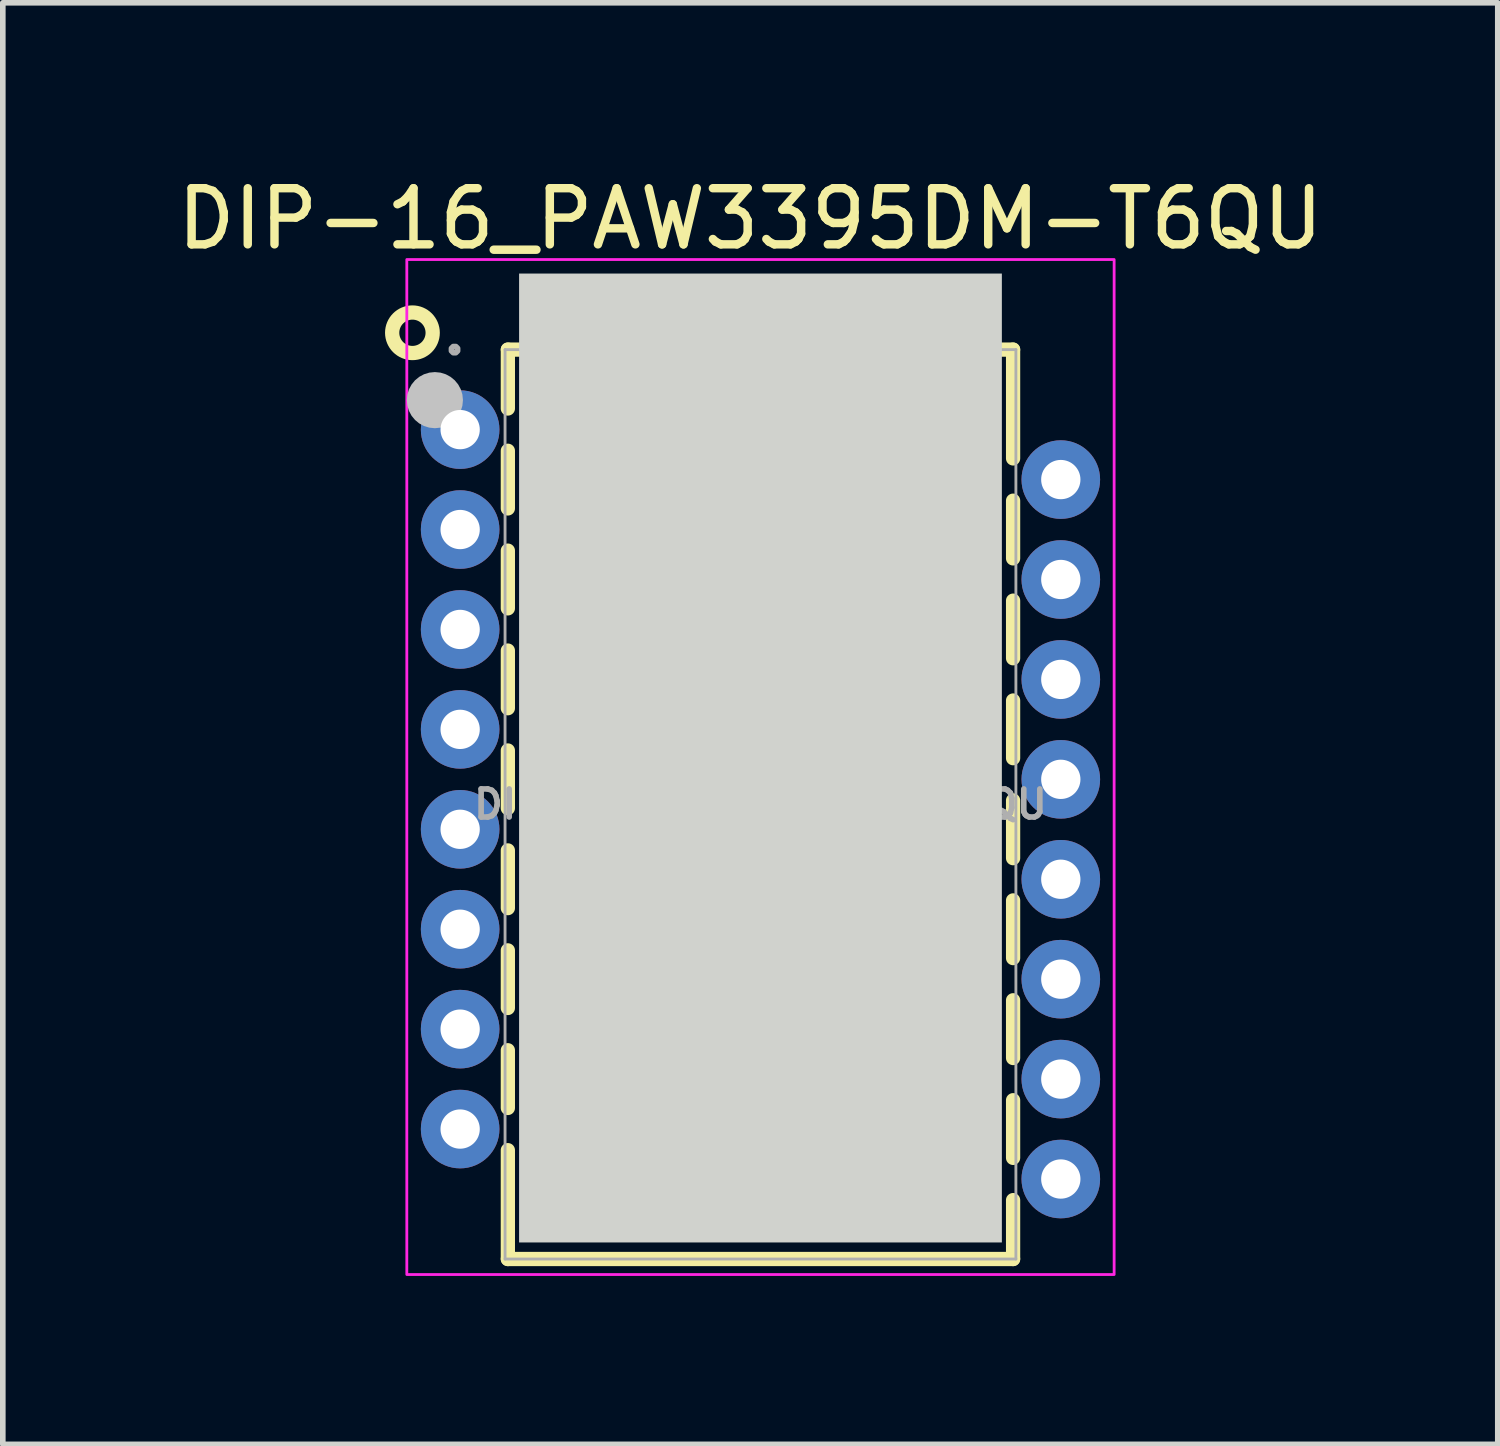
<source format=kicad_pcb>
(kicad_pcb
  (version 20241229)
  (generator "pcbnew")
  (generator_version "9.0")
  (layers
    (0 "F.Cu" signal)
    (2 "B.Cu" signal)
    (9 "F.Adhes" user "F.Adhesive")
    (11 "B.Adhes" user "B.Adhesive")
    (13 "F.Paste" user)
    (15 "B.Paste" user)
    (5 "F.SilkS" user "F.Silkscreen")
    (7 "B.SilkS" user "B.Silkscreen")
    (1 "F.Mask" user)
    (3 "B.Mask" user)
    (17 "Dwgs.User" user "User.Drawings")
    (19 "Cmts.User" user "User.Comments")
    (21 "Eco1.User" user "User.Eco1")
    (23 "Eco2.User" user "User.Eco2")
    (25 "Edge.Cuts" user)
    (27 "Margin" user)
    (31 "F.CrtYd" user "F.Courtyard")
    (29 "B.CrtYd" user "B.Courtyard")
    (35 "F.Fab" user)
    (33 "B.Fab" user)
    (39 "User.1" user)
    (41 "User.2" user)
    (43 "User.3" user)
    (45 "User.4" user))
  (footprint "DIP-16_PAW3395DM-T6QU"
    (layer "F.Cu")
    (at 10.497 11.278)
    (property "Reference" "DIP-16_PAW3395DM-T6QU" (at -0.181 -10.43 0) (layer "F.SilkS") (effects (font (size 1 1) (thickness 0.15))))
    (fp_line (start -4.5 -8.1) (end 4.5 -8.1) (stroke (width 0.254) (type default)) (layer "F.SilkS"))
    (fp_line (start -4.5 -7.051) (end -4.5 -8.1) (stroke (width 0.254) (type default)) (layer "F.SilkS"))
    (fp_line (start -4.5 -5.271) (end -4.5 -6.298) (stroke (width 0.254) (type default)) (layer "F.SilkS"))
    (fp_line (start -4.5 -3.491) (end -4.5 -4.519) (stroke (width 0.254) (type default)) (layer "F.SilkS"))
    (fp_line (start -4.5 -1.712) (end -4.5 -2.739) (stroke (width 0.254) (type default)) (layer "F.SilkS"))
    (fp_line (start -4.5 0.069) (end -4.5 -0.959) (stroke (width 0.254) (type default)) (layer "F.SilkS"))
    (fp_line (start -4.5 1.849) (end -4.5 0.821) (stroke (width 0.254) (type default)) (layer "F.SilkS"))
    (fp_line (start -4.5 3.628) (end -4.5 2.602) (stroke (width 0.254) (type default)) (layer "F.SilkS"))
    (fp_line (start -4.5 5.409) (end -4.5 4.381) (stroke (width 0.254) (type default)) (layer "F.SilkS"))
    (fp_line (start -4.5 8.1) (end -4.5 6.161) (stroke (width 0.254) (type default)) (layer "F.SilkS"))
    (fp_line (start 4.5 -8.1) (end 4.5 -6.162) (stroke (width 0.254) (type default)) (layer "F.SilkS"))
    (fp_line (start 4.5 -5.409) (end 4.5 -4.381) (stroke (width 0.254) (type default)) (layer "F.SilkS"))
    (fp_line (start 4.5 -3.628) (end 4.5 -2.602) (stroke (width 0.254) (type default)) (layer "F.SilkS"))
    (fp_line (start 4.5 -1.849) (end 4.5 -0.822) (stroke (width 0.254) (type default)) (layer "F.SilkS"))
    (fp_line (start 4.5 -0.069) (end 4.5 0.959) (stroke (width 0.254) (type default)) (layer "F.SilkS"))
    (fp_line (start 4.5 1.712) (end 4.5 2.739) (stroke (width 0.254) (type default)) (layer "F.SilkS"))
    (fp_line (start 4.5 3.491) (end 4.5 4.519) (stroke (width 0.254) (type default)) (layer "F.SilkS"))
    (fp_line (start 4.5 5.271) (end 4.5 6.298) (stroke (width 0.254) (type default)) (layer "F.SilkS"))
    (fp_line (start 4.5 7.051) (end 4.5 8.1) (stroke (width 0.254) (type default)) (layer "F.SilkS"))
    (fp_line (start 4.5 8.1) (end -4.5 8.1) (stroke (width 0.254) (type default)) (layer "F.SilkS"))
    (fp_circle (center -6.2 -8.4) (end -5.839 -8.4) (stroke (width 0.254) (type default)) (fill no) (layer "F.SilkS"))
    (fp_circle (center -5.8 -7.2) (end -5.55 -7.2) (stroke (width 0.5) (type default)) (fill no) (layer "Dwgs.User"))
    (fp_poly (pts (xy -4.3 7.805) (xy -4.3 -9.455) (xy 4.3 -9.455) (xy 4.3 7.805)) (stroke (width 0) (type default)) (fill yes) (layer "Edge.Cuts"))
    (fp_rect (start -6.3 -9.705) (end 6.3 8.376) (stroke (width 0.05) (type default)) (fill no) (layer "F.CrtYd"))
    (fp_line (start -4.55 -8.1) (end 4.55 -8.1) (stroke (width 0.051) (type default)) (layer "F.Fab"))
    (fp_line (start -4.55 8.1) (end -4.55 -8.1) (stroke (width 0.051) (type default)) (layer "F.Fab"))
    (fp_line (start 4.55 -8.1) (end 4.55 8.1) (stroke (width 0.051) (type default)) (layer "F.Fab"))
    (fp_line (start 4.55 8.1) (end -4.55 8.1) (stroke (width 0.051) (type default)) (layer "F.Fab"))
    (fp_poly (pts (xy -5.395 -8.123) (xy -5.427 -8.155) (xy -5.473 -8.155) (xy -5.505 -8.123) (xy -5.505 -8.077) (xy -5.473 -8.045) (xy -5.427 -8.045) (xy -5.395 -8.077)) (stroke (width 0.1) (type default)) (fill no) (layer "F.Fab"))
    (fp_poly (pts (xy -5.45 -6.425) (xy -5.45 -6.926) (xy -4.546 -6.926) (xy -4.546 -6.424)) (stroke (width 0.1) (type default)) (fill no) (layer "User.1"))
    (fp_poly (pts (xy -5.45 -6.425) (xy -5.45 -6.925) (xy -5.25 -6.925) (xy -5.25 -6.425)) (stroke (width 0.1) (type default)) (fill no) (layer "User.1"))
    (fp_poly (pts (xy -5.45 -4.645) (xy -5.45 -5.146) (xy -4.546 -5.146) (xy -4.546 -4.644)) (stroke (width 0.1) (type default)) (fill no) (layer "User.1"))
    (fp_poly (pts (xy -5.45 -4.645) (xy -5.45 -5.145) (xy -5.25 -5.145) (xy -5.25 -4.645)) (stroke (width 0.1) (type default)) (fill no) (layer "User.1"))
    (fp_poly (pts (xy -5.45 -2.865) (xy -5.45 -3.366) (xy -4.546 -3.366) (xy -4.546 -2.864)) (stroke (width 0.1) (type default)) (fill no) (layer "User.1"))
    (fp_poly (pts (xy -5.45 -2.865) (xy -5.45 -3.365) (xy -5.25 -3.365) (xy -5.25 -2.865)) (stroke (width 0.1) (type default)) (fill no) (layer "User.1"))
    (fp_poly (pts (xy -5.45 -1.085) (xy -5.45 -1.586) (xy -4.546 -1.586) (xy -4.546 -1.084)) (stroke (width 0.1) (type default)) (fill no) (layer "User.1"))
    (fp_poly (pts (xy -5.45 -1.085) (xy -5.45 -1.585) (xy -5.25 -1.585) (xy -5.25 -1.085)) (stroke (width 0.1) (type default)) (fill no) (layer "User.1"))
    (fp_poly (pts (xy -5.45 0.695) (xy -5.45 0.194) (xy -4.546 0.194) (xy -4.546 0.696)) (stroke (width 0.1) (type default)) (fill no) (layer "User.1"))
    (fp_poly (pts (xy -5.45 0.695) (xy -5.45 0.195) (xy -5.25 0.195) (xy -5.25 0.695)) (stroke (width 0.1) (type default)) (fill no) (layer "User.1"))
    (fp_poly (pts (xy -5.45 2.475) (xy -5.45 1.974) (xy -4.546 1.974) (xy -4.546 2.476)) (stroke (width 0.1) (type default)) (fill no) (layer "User.1"))
    (fp_poly (pts (xy -5.45 2.475) (xy -5.45 1.975) (xy -5.25 1.975) (xy -5.25 2.475)) (stroke (width 0.1) (type default)) (fill no) (layer "User.1"))
    (fp_poly (pts (xy -5.45 4.255) (xy -5.45 3.754) (xy -4.546 3.754) (xy -4.546 4.256)) (stroke (width 0.1) (type default)) (fill no) (layer "User.1"))
    (fp_poly (pts (xy -5.45 4.255) (xy -5.45 3.755) (xy -5.25 3.755) (xy -5.25 4.255)) (stroke (width 0.1) (type default)) (fill no) (layer "User.1"))
    (fp_poly (pts (xy -5.45 6.035) (xy -5.45 5.534) (xy -4.546 5.534) (xy -4.546 6.036)) (stroke (width 0.1) (type default)) (fill no) (layer "User.1"))
    (fp_poly (pts (xy -5.45 6.035) (xy -5.45 5.535) (xy -5.25 5.535) (xy -5.25 6.035)) (stroke (width 0.1) (type default)) (fill no) (layer "User.1"))
    (fp_poly (pts (xy 5.25 -5.535) (xy 5.25 -6.035) (xy 5.45 -6.035) (xy 5.45 -5.535)) (stroke (width 0.1) (type default)) (fill no) (layer "User.1"))
    (fp_poly (pts (xy 5.25 -3.755) (xy 5.25 -4.255) (xy 5.45 -4.255) (xy 5.45 -3.755)) (stroke (width 0.1) (type default)) (fill no) (layer "User.1"))
    (fp_poly (pts (xy 5.25 -1.975) (xy 5.25 -2.475) (xy 5.45 -2.475) (xy 5.45 -1.975)) (stroke (width 0.1) (type default)) (fill no) (layer "User.1"))
    (fp_poly (pts (xy 5.25 -0.195) (xy 5.25 -0.695) (xy 5.45 -0.695) (xy 5.45 -0.195)) (stroke (width 0.1) (type default)) (fill no) (layer "User.1"))
    (fp_poly (pts (xy 5.25 1.585) (xy 5.25 1.085) (xy 5.45 1.085) (xy 5.45 1.585)) (stroke (width 0.1) (type default)) (fill no) (layer "User.1"))
    (fp_poly (pts (xy 5.25 3.365) (xy 5.25 2.865) (xy 5.45 2.865) (xy 5.45 3.365)) (stroke (width 0.1) (type default)) (fill no) (layer "User.1"))
    (fp_poly (pts (xy 5.25 5.145) (xy 5.25 4.645) (xy 5.45 4.645) (xy 5.45 5.145)) (stroke (width 0.1) (type default)) (fill no) (layer "User.1"))
    (fp_poly (pts (xy 5.25 6.925) (xy 5.25 6.425) (xy 5.45 6.425) (xy 5.45 6.925)) (stroke (width 0.1) (type default)) (fill no) (layer "User.1"))
    (fp_poly (pts (xy 5.45 -6.035) (xy 5.45 -5.534) (xy 4.546 -5.534) (xy 4.546 -6.036)) (stroke (width 0.1) (type default)) (fill no) (layer "User.1"))
    (fp_poly (pts (xy 5.45 -4.255) (xy 5.45 -3.754) (xy 4.546 -3.754) (xy 4.546 -4.256)) (stroke (width 0.1) (type default)) (fill no) (layer "User.1"))
    (fp_poly (pts (xy 5.45 -2.475) (xy 5.45 -1.974) (xy 4.546 -1.974) (xy 4.546 -2.476)) (stroke (width 0.1) (type default)) (fill no) (layer "User.1"))
    (fp_poly (pts (xy 5.45 -0.695) (xy 5.45 -0.194) (xy 4.546 -0.194) (xy 4.546 -0.696)) (stroke (width 0.1) (type default)) (fill no) (layer "User.1"))
    (fp_poly (pts (xy 5.45 1.085) (xy 5.45 1.586) (xy 4.546 1.586) (xy 4.546 1.084)) (stroke (width 0.1) (type default)) (fill no) (layer "User.1"))
    (fp_poly (pts (xy 5.45 2.865) (xy 5.45 3.366) (xy 4.546 3.366) (xy 4.546 2.864)) (stroke (width 0.1) (type default)) (fill no) (layer "User.1"))
    (fp_poly (pts (xy 5.45 4.645) (xy 5.45 5.146) (xy 4.546 5.146) (xy 4.546 4.644)) (stroke (width 0.1) (type default)) (fill no) (layer "User.1"))
    (fp_poly (pts (xy 5.45 6.425) (xy 5.45 6.926) (xy 4.546 6.926) (xy 4.546 6.424)) (stroke (width 0.1) (type default)) (fill no) (layer "User.1"))
    (fp_text user "${REFERENCE}" (at 0 0 0) (layer "F.Fab") (effects (font (size 0.5 0.5) (thickness 0.1))))
    (pad "1" thru_hole circle (at -5.35 -6.675) (size 1.4 1.4) (drill 0.7) (layers "*.Cu" "*.Mask"))
    (pad "2" thru_hole circle (at -5.35 -4.895) (size 1.4 1.4) (drill 0.7) (layers "*.Cu" "*.Mask"))
    (pad "3" thru_hole circle (at -5.35 -3.115) (size 1.4 1.4) (drill 0.7) (layers "*.Cu" "*.Mask"))
    (pad "4" thru_hole circle (at -5.35 -1.335) (size 1.4 1.4) (drill 0.7) (layers "*.Cu" "*.Mask"))
    (pad "5" thru_hole circle (at -5.35 0.445) (size 1.4 1.4) (drill 0.7) (layers "*.Cu" "*.Mask"))
    (pad "6" thru_hole circle (at -5.35 2.225) (size 1.4 1.4) (drill 0.7) (layers "*.Cu" "*.Mask"))
    (pad "7" thru_hole circle (at -5.35 4.005) (size 1.4 1.4) (drill 0.7) (layers "*.Cu" "*.Mask"))
    (pad "8" thru_hole circle (at -5.35 5.785) (size 1.4 1.4) (drill 0.7) (layers "*.Cu" "*.Mask"))
    (pad "9" thru_hole circle (at 5.35 6.675) (size 1.4 1.4) (drill 0.7) (layers "*.Cu" "*.Mask"))
    (pad "10" thru_hole circle (at 5.35 4.895) (size 1.4 1.4) (drill 0.7) (layers "*.Cu" "*.Mask"))
    (pad "11" thru_hole circle (at 5.35 3.115) (size 1.4 1.4) (drill 0.7) (layers "*.Cu" "*.Mask"))
    (pad "12" thru_hole circle (at 5.35 1.335) (size 1.4 1.4) (drill 0.7) (layers "*.Cu" "*.Mask"))
    (pad "13" thru_hole circle (at 5.35 -0.445) (size 1.4 1.4) (drill 0.7) (layers "*.Cu" "*.Mask"))
    (pad "14" thru_hole circle (at 5.35 -2.225) (size 1.4 1.4) (drill 0.7) (layers "*.Cu" "*.Mask"))
    (pad "15" thru_hole circle (at 5.35 -4.005) (size 1.4 1.4) (drill 0.7) (layers "*.Cu" "*.Mask"))
    (pad "16" thru_hole circle (at 5.35 -5.785) (size 1.4 1.4) (drill 0.7) (layers "*.Cu" "*.Mask")))
  (gr_rect
    (start -3 -3)
    (end 23.631 22.679)
    (stroke (width 0.1) (type default))
    (fill no)
    (layer "Edge.Cuts")))
</source>
